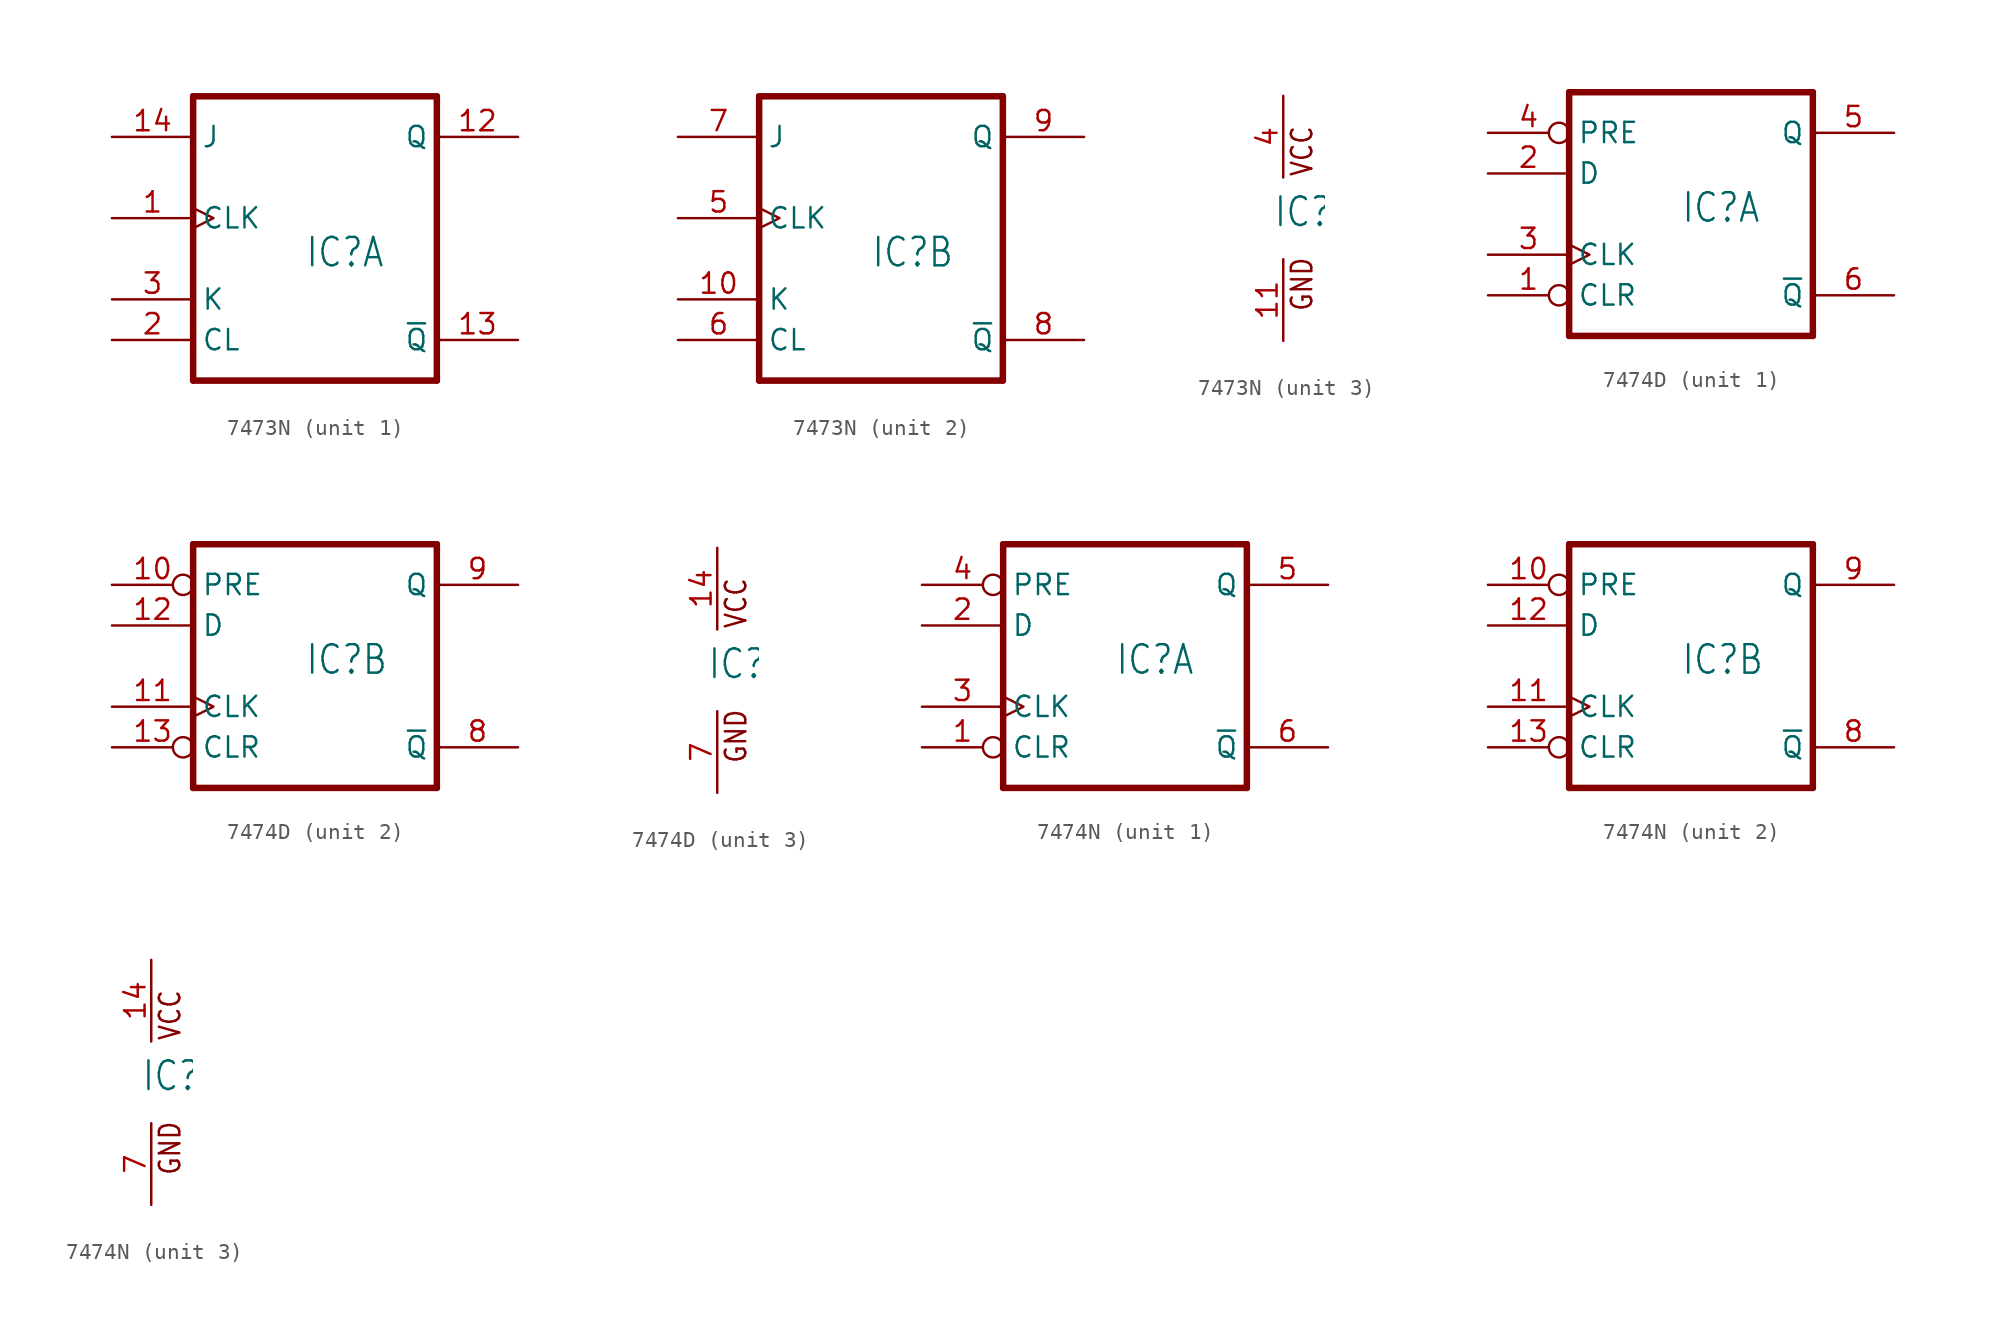
<source format=kicad_sym>
(kicad_symbol_lib
  (version 20211014)
  (generator kicad_symbol_editor)
  (symbol "7473N"
    (property "Reference" "IC"
      (at -0.635 -0.635 0)
      (effects (font (size 1.778 1.511)) (justify left bottom)))
    (property "ki_locked" ""
      (at 0 0 0)
      (effects (font (size 1.27 1.27))))
    (symbol "7473N_1_0"
      (polyline (pts (xy -7.62 -7.62) (xy 7.62 -7.62)) (stroke (width 0.406) (type default) (color 0 0 0 0)) (fill (type none)))
      (polyline (pts (xy -7.62 10.16) (xy -7.62 -7.62)) (stroke (width 0.406) (type default) (color 0 0 0 0)) (fill (type none)))
      (polyline (pts (xy 7.62 -7.62) (xy 7.62 10.16)) (stroke (width 0.406) (type default) (color 0 0 0 0)) (fill (type none)))
      (polyline (pts (xy 7.62 10.16) (xy -7.62 10.16)) (stroke (width 0.406) (type default) (color 0 0 0 0)) (fill (type none)))
      (pin input clock (at -12.7 2.54 0) (length 5.08) (name "CLK" (effects (font (size 1.27 1.27)))) (number "1" (effects (font (size 1.27 1.27)))))
      (pin output line (at 12.7 7.62 180) (length 5.08) (name "Q" (effects (font (size 1.27 1.27)))) (number "12" (effects (font (size 1.27 1.27)))))
      (pin output line (at 12.7 -5.08 180) (length 5.08) (name "~{Q}" (effects (font (size 1.27 1.27)))) (number "13" (effects (font (size 1.27 1.27)))))
      (pin input line (at -12.7 7.62 0) (length 5.08) (name "J" (effects (font (size 1.27 1.27)))) (number "14" (effects (font (size 1.27 1.27)))))
      (pin input line (at -12.7 -5.08 0) (length 5.08) (name "CL" (effects (font (size 1.27 1.27)))) (number "2" (effects (font (size 1.27 1.27)))))
      (pin input line (at -12.7 -2.54 0) (length 5.08) (name "K" (effects (font (size 1.27 1.27)))) (number "3" (effects (font (size 1.27 1.27))))))
    (symbol "7473N_2_0"
      (polyline (pts (xy -7.62 -7.62) (xy 7.62 -7.62)) (stroke (width 0.406) (type default) (color 0 0 0 0)) (fill (type none)))
      (polyline (pts (xy -7.62 10.16) (xy -7.62 -7.62)) (stroke (width 0.406) (type default) (color 0 0 0 0)) (fill (type none)))
      (polyline (pts (xy 7.62 -7.62) (xy 7.62 10.16)) (stroke (width 0.406) (type default) (color 0 0 0 0)) (fill (type none)))
      (polyline (pts (xy 7.62 10.16) (xy -7.62 10.16)) (stroke (width 0.406) (type default) (color 0 0 0 0)) (fill (type none)))
      (pin input line (at -12.7 -2.54 0) (length 5.08) (name "K" (effects (font (size 1.27 1.27)))) (number "10" (effects (font (size 1.27 1.27)))))
      (pin input clock (at -12.7 2.54 0) (length 5.08) (name "CLK" (effects (font (size 1.27 1.27)))) (number "5" (effects (font (size 1.27 1.27)))))
      (pin input line (at -12.7 -5.08 0) (length 5.08) (name "CL" (effects (font (size 1.27 1.27)))) (number "6" (effects (font (size 1.27 1.27)))))
      (pin input line (at -12.7 7.62 0) (length 5.08) (name "J" (effects (font (size 1.27 1.27)))) (number "7" (effects (font (size 1.27 1.27)))))
      (pin output line (at 12.7 -5.08 180) (length 5.08) (name "~{Q}" (effects (font (size 1.27 1.27)))) (number "8" (effects (font (size 1.27 1.27)))))
      (pin output line (at 12.7 7.62 180) (length 5.08) (name "Q" (effects (font (size 1.27 1.27)))) (number "9" (effects (font (size 1.27 1.27))))))
    (symbol "7473N_3_0"
      (text "GND" (at 1.905 -5.842 900) (effects (font (size 1.27 1.079)) (justify left bottom)))
      (text "VCC" (at 1.905 2.54 900) (effects (font (size 1.27 1.079)) (justify left bottom)))
      (pin power_in line (at 0 -7.62 90) (length 5.08) (name "GND" (effects (font (size 0 0)))) (number "11" (effects (font (size 1.27 1.27)))))
      (pin power_in line (at 0 7.62 270) (length 5.08) (name "VCC" (effects (font (size 0 0)))) (number "4" (effects (font (size 1.27 1.27)))))))
  (symbol "7474D"
    (property "Reference" "IC"
      (at -0.635 -0.635 0)
      (effects (font (size 1.778 1.511)) (justify left bottom)))
    (property "ki_locked" ""
      (at 0 0 0)
      (effects (font (size 1.27 1.27))))
    (symbol "7474D_1_0"
      (polyline (pts (xy -7.62 -7.62) (xy 7.62 -7.62)) (stroke (width 0.406) (type default) (color 0 0 0 0)) (fill (type none)))
      (polyline (pts (xy -7.62 7.62) (xy -7.62 -7.62)) (stroke (width 0.406) (type default) (color 0 0 0 0)) (fill (type none)))
      (polyline (pts (xy 7.62 -7.62) (xy 7.62 7.62)) (stroke (width 0.406) (type default) (color 0 0 0 0)) (fill (type none)))
      (polyline (pts (xy 7.62 7.62) (xy -7.62 7.62)) (stroke (width 0.406) (type default) (color 0 0 0 0)) (fill (type none)))
      (pin input inverted (at -12.7 -5.08 0) (length 5.08) (name "CLR" (effects (font (size 1.27 1.27)))) (number "1" (effects (font (size 1.27 1.27)))))
      (pin input line (at -12.7 2.54 0) (length 5.08) (name "D" (effects (font (size 1.27 1.27)))) (number "2" (effects (font (size 1.27 1.27)))))
      (pin input clock (at -12.7 -2.54 0) (length 5.08) (name "CLK" (effects (font (size 1.27 1.27)))) (number "3" (effects (font (size 1.27 1.27)))))
      (pin input inverted (at -12.7 5.08 0) (length 5.08) (name "PRE" (effects (font (size 1.27 1.27)))) (number "4" (effects (font (size 1.27 1.27)))))
      (pin output line (at 12.7 5.08 180) (length 5.08) (name "Q" (effects (font (size 1.27 1.27)))) (number "5" (effects (font (size 1.27 1.27)))))
      (pin output line (at 12.7 -5.08 180) (length 5.08) (name "~{Q}" (effects (font (size 1.27 1.27)))) (number "6" (effects (font (size 1.27 1.27))))))
    (symbol "7474D_2_0"
      (polyline (pts (xy -7.62 -7.62) (xy 7.62 -7.62)) (stroke (width 0.406) (type default) (color 0 0 0 0)) (fill (type none)))
      (polyline (pts (xy -7.62 7.62) (xy -7.62 -7.62)) (stroke (width 0.406) (type default) (color 0 0 0 0)) (fill (type none)))
      (polyline (pts (xy 7.62 -7.62) (xy 7.62 7.62)) (stroke (width 0.406) (type default) (color 0 0 0 0)) (fill (type none)))
      (polyline (pts (xy 7.62 7.62) (xy -7.62 7.62)) (stroke (width 0.406) (type default) (color 0 0 0 0)) (fill (type none)))
      (pin input inverted (at -12.7 5.08 0) (length 5.08) (name "PRE" (effects (font (size 1.27 1.27)))) (number "10" (effects (font (size 1.27 1.27)))))
      (pin input clock (at -12.7 -2.54 0) (length 5.08) (name "CLK" (effects (font (size 1.27 1.27)))) (number "11" (effects (font (size 1.27 1.27)))))
      (pin input line (at -12.7 2.54 0) (length 5.08) (name "D" (effects (font (size 1.27 1.27)))) (number "12" (effects (font (size 1.27 1.27)))))
      (pin input inverted (at -12.7 -5.08 0) (length 5.08) (name "CLR" (effects (font (size 1.27 1.27)))) (number "13" (effects (font (size 1.27 1.27)))))
      (pin output line (at 12.7 -5.08 180) (length 5.08) (name "~{Q}" (effects (font (size 1.27 1.27)))) (number "8" (effects (font (size 1.27 1.27)))))
      (pin output line (at 12.7 5.08 180) (length 5.08) (name "Q" (effects (font (size 1.27 1.27)))) (number "9" (effects (font (size 1.27 1.27))))))
    (symbol "7474D_3_0"
      (text "GND" (at 1.905 -5.842 900) (effects (font (size 1.27 1.079)) (justify left bottom)))
      (text "VCC" (at 1.905 2.54 900) (effects (font (size 1.27 1.079)) (justify left bottom)))
      (pin power_in line (at 0 7.62 270) (length 5.08) (name "VCC" (effects (font (size 0 0)))) (number "14" (effects (font (size 1.27 1.27)))))
      (pin power_in line (at 0 -7.62 90) (length 5.08) (name "GND" (effects (font (size 0 0)))) (number "7" (effects (font (size 1.27 1.27)))))))
  (symbol "7474N"
    (property "Reference" "IC"
      (at -0.635 -0.635 0)
      (effects (font (size 1.778 1.511)) (justify left bottom)))
    (property "ki_locked" ""
      (at 0 0 0)
      (effects (font (size 1.27 1.27))))
    (symbol "7474N_1_0"
      (polyline (pts (xy -7.62 -7.62) (xy 7.62 -7.62)) (stroke (width 0.406) (type default) (color 0 0 0 0)) (fill (type none)))
      (polyline (pts (xy -7.62 7.62) (xy -7.62 -7.62)) (stroke (width 0.406) (type default) (color 0 0 0 0)) (fill (type none)))
      (polyline (pts (xy 7.62 -7.62) (xy 7.62 7.62)) (stroke (width 0.406) (type default) (color 0 0 0 0)) (fill (type none)))
      (polyline (pts (xy 7.62 7.62) (xy -7.62 7.62)) (stroke (width 0.406) (type default) (color 0 0 0 0)) (fill (type none)))
      (pin input inverted (at -12.7 -5.08 0) (length 5.08) (name "CLR" (effects (font (size 1.27 1.27)))) (number "1" (effects (font (size 1.27 1.27)))))
      (pin input line (at -12.7 2.54 0) (length 5.08) (name "D" (effects (font (size 1.27 1.27)))) (number "2" (effects (font (size 1.27 1.27)))))
      (pin input clock (at -12.7 -2.54 0) (length 5.08) (name "CLK" (effects (font (size 1.27 1.27)))) (number "3" (effects (font (size 1.27 1.27)))))
      (pin input inverted (at -12.7 5.08 0) (length 5.08) (name "PRE" (effects (font (size 1.27 1.27)))) (number "4" (effects (font (size 1.27 1.27)))))
      (pin output line (at 12.7 5.08 180) (length 5.08) (name "Q" (effects (font (size 1.27 1.27)))) (number "5" (effects (font (size 1.27 1.27)))))
      (pin output line (at 12.7 -5.08 180) (length 5.08) (name "~{Q}" (effects (font (size 1.27 1.27)))) (number "6" (effects (font (size 1.27 1.27))))))
    (symbol "7474N_2_0"
      (polyline (pts (xy -7.62 -7.62) (xy 7.62 -7.62)) (stroke (width 0.406) (type default) (color 0 0 0 0)) (fill (type none)))
      (polyline (pts (xy -7.62 7.62) (xy -7.62 -7.62)) (stroke (width 0.406) (type default) (color 0 0 0 0)) (fill (type none)))
      (polyline (pts (xy 7.62 -7.62) (xy 7.62 7.62)) (stroke (width 0.406) (type default) (color 0 0 0 0)) (fill (type none)))
      (polyline (pts (xy 7.62 7.62) (xy -7.62 7.62)) (stroke (width 0.406) (type default) (color 0 0 0 0)) (fill (type none)))
      (pin input inverted (at -12.7 5.08 0) (length 5.08) (name "PRE" (effects (font (size 1.27 1.27)))) (number "10" (effects (font (size 1.27 1.27)))))
      (pin input clock (at -12.7 -2.54 0) (length 5.08) (name "CLK" (effects (font (size 1.27 1.27)))) (number "11" (effects (font (size 1.27 1.27)))))
      (pin input line (at -12.7 2.54 0) (length 5.08) (name "D" (effects (font (size 1.27 1.27)))) (number "12" (effects (font (size 1.27 1.27)))))
      (pin input inverted (at -12.7 -5.08 0) (length 5.08) (name "CLR" (effects (font (size 1.27 1.27)))) (number "13" (effects (font (size 1.27 1.27)))))
      (pin output line (at 12.7 -5.08 180) (length 5.08) (name "~{Q}" (effects (font (size 1.27 1.27)))) (number "8" (effects (font (size 1.27 1.27)))))
      (pin output line (at 12.7 5.08 180) (length 5.08) (name "Q" (effects (font (size 1.27 1.27)))) (number "9" (effects (font (size 1.27 1.27))))))
    (symbol "7474N_3_0"
      (text "GND" (at 1.905 -5.842 900) (effects (font (size 1.27 1.079)) (justify left bottom)))
      (text "VCC" (at 1.905 2.54 900) (effects (font (size 1.27 1.079)) (justify left bottom)))
      (pin power_in line (at 0 7.62 270) (length 5.08) (name "VCC" (effects (font (size 0 0)))) (number "14" (effects (font (size 1.27 1.27)))))
      (pin power_in line (at 0 -7.62 90) (length 5.08) (name "GND" (effects (font (size 0 0)))) (number "7" (effects (font (size 1.27 1.27))))))))
</source>
